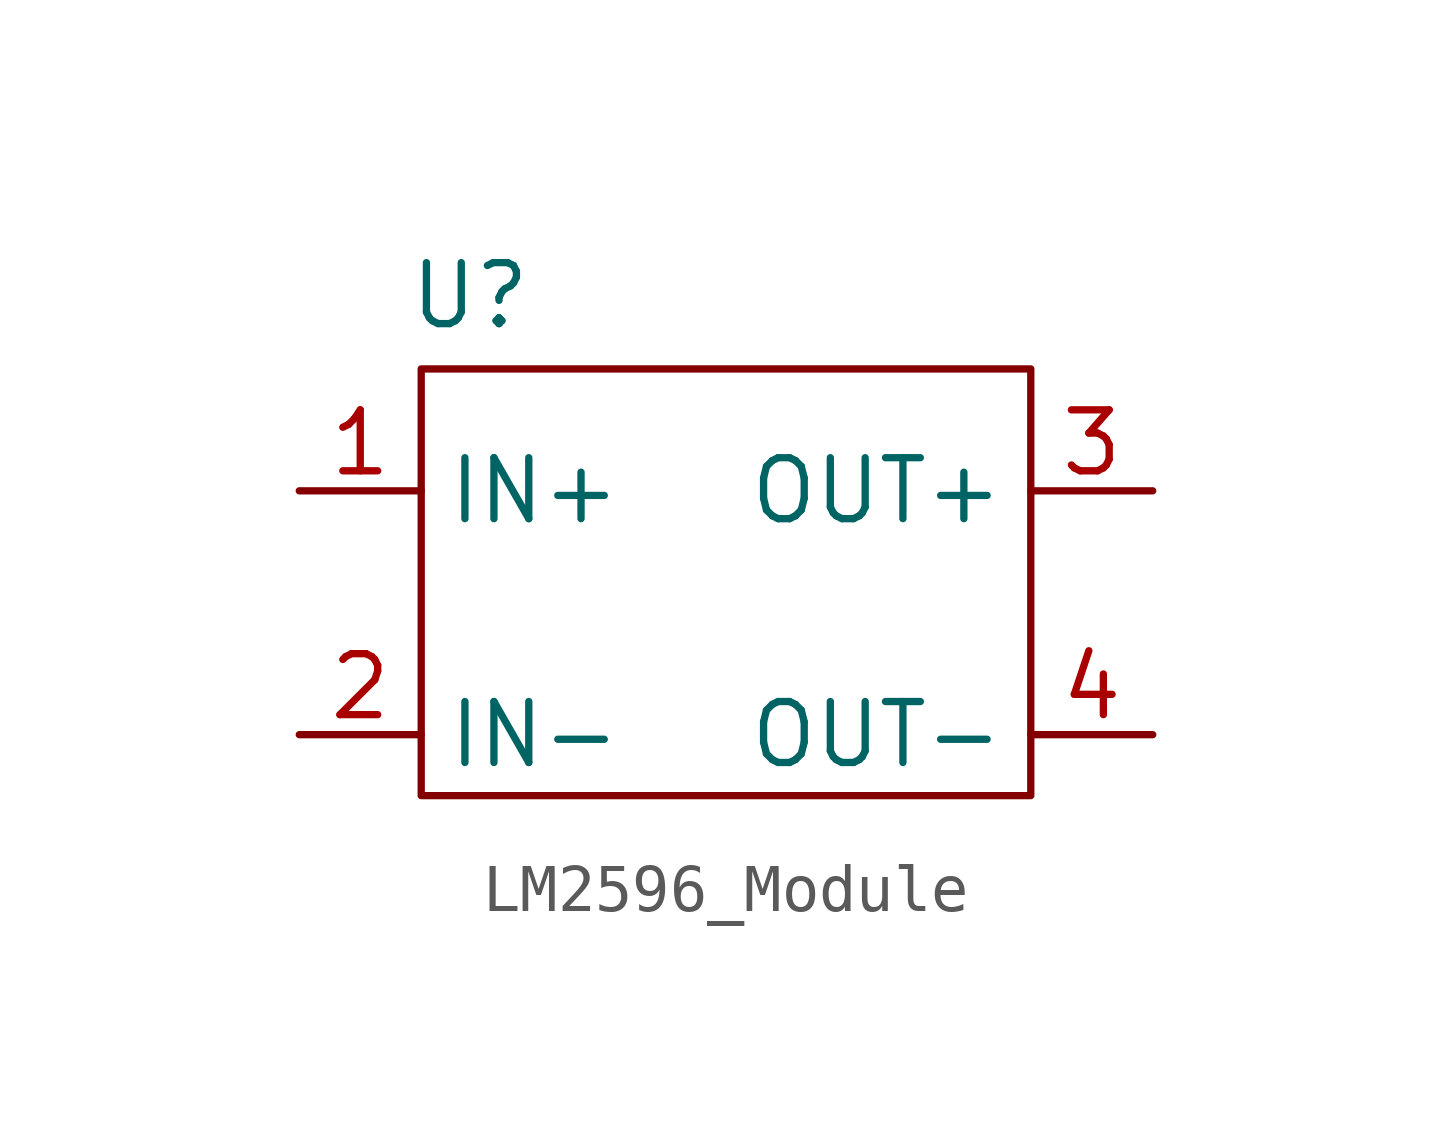
<source format=kicad_sym>
(kicad_symbol_lib
  (version 20241209)
  (generator "kicad_symbol_editor")
  (generator_version "9.0")
  (symbol "LM2596_Module"
    (property "Reference" "U"
      (at -4.064 6.604 0)
      (effects (font (size 1.27 1.27))))
    (property "Value" ""
      (at 0 0 0)
      (effects (font (size 1.27 1.27))))
    (symbol "LM2596_Module_1_1"
      (rectangle (start -5.08 5.08) (end 7.62 -3.81) (stroke (width 0) (type solid)) (fill (type none)))
      (pin power_in line (at -7.62 2.54 0) (length 2.54) (name "IN+" (effects (font (size 1.27 1.27)))) (number "1" (effects (font (size 1.27 1.27)))))
      (pin passive line (at -7.62 -2.54 0) (length 2.54) (name "IN-" (effects (font (size 1.27 1.27)))) (number "2" (effects (font (size 1.27 1.27)))))
      (pin power_out line (at 10.16 2.54 180) (length 2.54) (name "OUT+" (effects (font (size 1.27 1.27)))) (number "3" (effects (font (size 1.27 1.27)))))
      (pin passive line (at 10.16 -2.54 180) (length 2.54) (name "OUT-" (effects (font (size 1.27 1.27)))) (number "4" (effects (font (size 1.27 1.27))))))))
</source>
